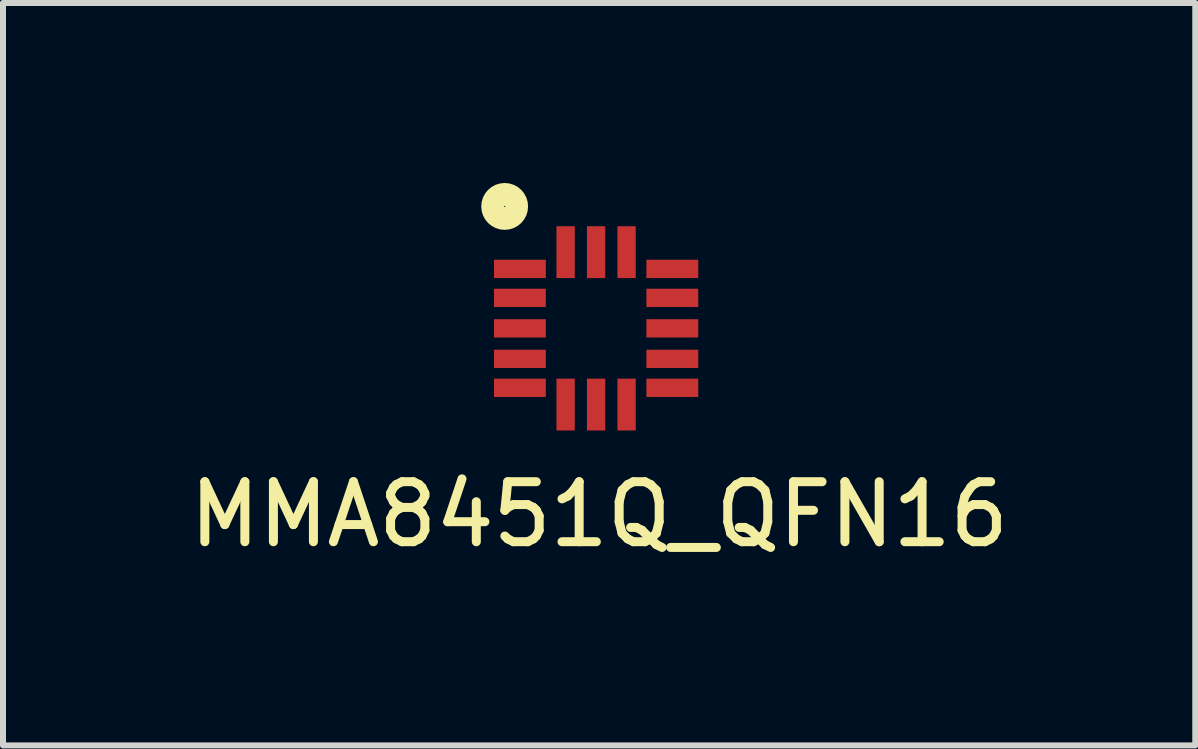
<source format=kicad_pcb>
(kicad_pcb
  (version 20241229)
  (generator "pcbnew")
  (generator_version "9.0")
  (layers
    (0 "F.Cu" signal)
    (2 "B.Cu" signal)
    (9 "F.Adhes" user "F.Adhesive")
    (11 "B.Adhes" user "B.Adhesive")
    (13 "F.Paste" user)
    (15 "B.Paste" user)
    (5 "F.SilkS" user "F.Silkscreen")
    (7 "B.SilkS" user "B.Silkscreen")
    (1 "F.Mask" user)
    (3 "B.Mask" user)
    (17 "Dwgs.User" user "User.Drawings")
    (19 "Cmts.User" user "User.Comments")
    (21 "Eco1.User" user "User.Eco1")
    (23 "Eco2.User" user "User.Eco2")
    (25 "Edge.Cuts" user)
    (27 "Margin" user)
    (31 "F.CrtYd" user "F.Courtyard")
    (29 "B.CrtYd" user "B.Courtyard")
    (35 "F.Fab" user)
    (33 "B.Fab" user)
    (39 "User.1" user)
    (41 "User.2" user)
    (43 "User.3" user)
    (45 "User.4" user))
  (footprint "MMA8451Q_QFN16"
    (layer "F.Cu")
    (at 6.884 2.422)
    (property "Reference" "MMA8451Q_QFN16" (at 0.051 3.101 0) (layer "F.SilkS") (effects (font (size 1 1) (thickness 0.15))))
    (attr smd)
    (fp_circle (center -1.524 -2.032) (end -1.324 -2.032) (stroke (width 0.381) (type solid)) (fill no) (layer "F.SilkS"))
    (fp_line (start -1.499 -1.499) (end -1.499 1.499) (stroke (width 0.1) (type solid)) (layer "Eco2.User"))
    (fp_line (start -1.499 -1.143) (end -1.499 -0.838) (stroke (width 0.1) (type solid)) (layer "Eco2.User"))
    (fp_line (start -1.499 -0.66) (end -1.499 -0.356) (stroke (width 0.1) (type solid)) (layer "Eco2.User"))
    (fp_line (start -1.499 -0.229) (end -0.229 -1.499) (stroke (width 0.1) (type solid)) (layer "Eco2.User"))
    (fp_line (start -1.499 -0.152) (end -1.499 0.152) (stroke (width 0.1) (type solid)) (layer "Eco2.User"))
    (fp_line (start -1.499 0.356) (end -1.499 0.66) (stroke (width 0.1) (type solid)) (layer "Eco2.User"))
    (fp_line (start -1.499 0.838) (end -1.499 1.143) (stroke (width 0.1) (type solid)) (layer "Eco2.User"))
    (fp_line (start -1.499 1.499) (end 1.499 1.499) (stroke (width 0.1) (type solid)) (layer "Eco2.User"))
    (fp_line (start -0.66 1.499) (end -0.356 1.499) (stroke (width 0.1) (type solid)) (layer "Eco2.User"))
    (fp_line (start -0.356 -1.499) (end -0.66 -1.499) (stroke (width 0.1) (type solid)) (layer "Eco2.User"))
    (fp_line (start -0.152 1.499) (end 0.152 1.499) (stroke (width 0.1) (type solid)) (layer "Eco2.User"))
    (fp_line (start 0.152 -1.499) (end -0.152 -1.499) (stroke (width 0.1) (type solid)) (layer "Eco2.User"))
    (fp_line (start 0.356 1.499) (end 0.66 1.499) (stroke (width 0.1) (type solid)) (layer "Eco2.User"))
    (fp_line (start 0.66 -1.499) (end 0.356 -1.499) (stroke (width 0.1) (type solid)) (layer "Eco2.User"))
    (fp_line (start 1.499 -1.499) (end -1.499 -1.499) (stroke (width 0.1) (type solid)) (layer "Eco2.User"))
    (fp_line (start 1.499 -0.838) (end 1.499 -1.143) (stroke (width 0.1) (type solid)) (layer "Eco2.User"))
    (fp_line (start 1.499 -0.356) (end 1.499 -0.66) (stroke (width 0.1) (type solid)) (layer "Eco2.User"))
    (fp_line (start 1.499 0.152) (end 1.499 -0.152) (stroke (width 0.1) (type solid)) (layer "Eco2.User"))
    (fp_line (start 1.499 0.66) (end 1.499 0.356) (stroke (width 0.1) (type solid)) (layer "Eco2.User"))
    (fp_line (start 1.499 1.143) (end 1.499 0.838) (stroke (width 0.1) (type solid)) (layer "Eco2.User"))
    (fp_line (start 1.499 1.499) (end 1.499 -1.499) (stroke (width 0.1) (type solid)) (layer "Eco2.User"))
    (pad "1" smd rect (at -1.27 -0.991 270) (size 0.305 0.864) (layers "F.Cu" "F.Mask" "F.Paste"))
    (pad "2" smd rect (at -1.27 -0.508 270) (size 0.305 0.864) (layers "F.Cu" "F.Mask" "F.Paste"))
    (pad "3" smd rect (at -1.27 0 270) (size 0.305 0.864) (layers "F.Cu" "F.Mask" "F.Paste"))
    (pad "4" smd rect (at -1.27 0.508 270) (size 0.305 0.864) (layers "F.Cu" "F.Mask" "F.Paste"))
    (pad "5" smd rect (at -1.27 0.991 270) (size 0.305 0.864) (layers "F.Cu" "F.Mask" "F.Paste"))
    (pad "6" smd rect (at -0.508 1.27 180) (size 0.305 0.864) (layers "F.Cu" "F.Mask" "F.Paste"))
    (pad "7" smd rect (at 0 1.27 180) (size 0.305 0.864) (layers "F.Cu" "F.Mask" "F.Paste"))
    (pad "8" smd rect (at 0.508 1.27 180) (size 0.305 0.864) (layers "F.Cu" "F.Mask" "F.Paste"))
    (pad "9" smd rect (at 1.27 0.991 270) (size 0.305 0.864) (layers "F.Cu" "F.Mask" "F.Paste"))
    (pad "10" smd rect (at 1.27 0.508 270) (size 0.305 0.864) (layers "F.Cu" "F.Mask" "F.Paste"))
    (pad "11" smd rect (at 1.27 0 270) (size 0.305 0.864) (layers "F.Cu" "F.Mask" "F.Paste"))
    (pad "12" smd rect (at 1.27 -0.508 270) (size 0.305 0.864) (layers "F.Cu" "F.Mask" "F.Paste"))
    (pad "13" smd rect (at 1.27 -0.991 270) (size 0.305 0.864) (layers "F.Cu" "F.Mask" "F.Paste"))
    (pad "14" smd rect (at 0.508 -1.27 180) (size 0.305 0.864) (layers "F.Cu" "F.Mask" "F.Paste"))
    (pad "15" smd rect (at 0 -1.27 180) (size 0.305 0.864) (layers "F.Cu" "F.Mask" "F.Paste"))
    (pad "16" smd rect (at -0.508 -1.27 180) (size 0.305 0.864) (layers "F.Cu" "F.Mask" "F.Paste")))
  (gr_rect
    (start -3 -3)
    (end 16.869 9.372)
    (stroke (width 0.1) (type default))
    (fill no)
    (layer "Edge.Cuts")))
</source>
